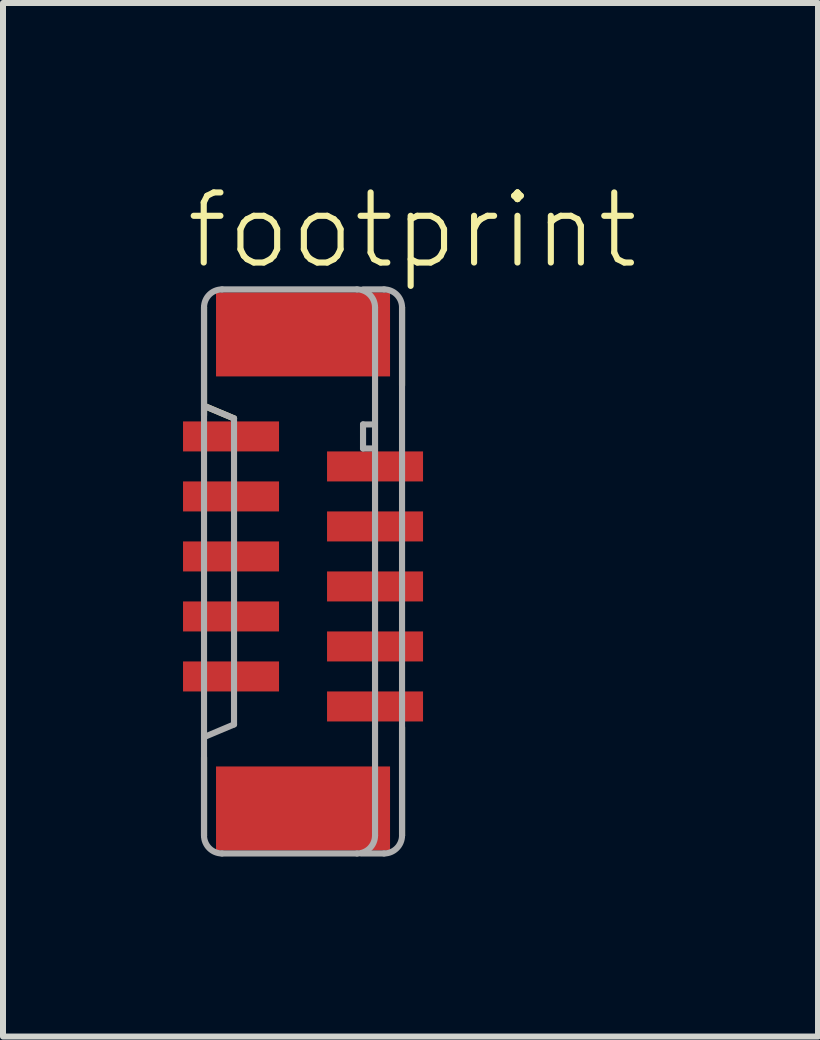
<source format=kicad_pcb>
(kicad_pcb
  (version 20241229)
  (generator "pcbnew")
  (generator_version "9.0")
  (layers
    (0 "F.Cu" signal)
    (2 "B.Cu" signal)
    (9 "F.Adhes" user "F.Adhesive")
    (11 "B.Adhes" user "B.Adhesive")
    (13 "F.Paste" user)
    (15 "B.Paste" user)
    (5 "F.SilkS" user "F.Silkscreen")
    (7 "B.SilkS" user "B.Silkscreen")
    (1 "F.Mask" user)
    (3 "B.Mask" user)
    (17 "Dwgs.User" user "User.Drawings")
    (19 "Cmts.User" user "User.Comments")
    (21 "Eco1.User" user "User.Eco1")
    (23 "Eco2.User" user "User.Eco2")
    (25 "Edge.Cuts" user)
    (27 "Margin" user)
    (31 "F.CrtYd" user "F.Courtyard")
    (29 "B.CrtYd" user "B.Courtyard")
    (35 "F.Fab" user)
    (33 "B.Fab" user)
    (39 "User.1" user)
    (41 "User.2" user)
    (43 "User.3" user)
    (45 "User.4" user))
  (footprint "footprint"
    (layer "F.Cu")
    (at 2 6.473)
    (property "Reference" "footprint" (at -2 -5 0) (layer "F.SilkS") (effects (font (size 1.168 1.168) (thickness 0.102)) (justify left bottom)))
    (fp_line (start -1.65 -4.4) (end -1.65 -2.6) (stroke (width 0.102) (type solid)) (layer "F.SilkS"))
    (fp_line (start -1.65 3.1) (end -1.65 4.4) (stroke (width 0.102) (type solid)) (layer "F.SilkS"))
    (fp_line (start -1.625 -2.75) (end -1.15 -2.55) (stroke (width 0.102) (type solid)) (layer "F.SilkS"))
    (fp_line (start 1.65 -3.1) (end 1.65 -4.4) (stroke (width 0.102) (type solid)) (layer "F.SilkS"))
    (fp_line (start 1.65 4.4) (end 1.65 2.6) (stroke (width 0.102) (type solid)) (layer "F.SilkS"))
    (fp_line (start -1.65 -4.4) (end -1.65 4.4) (stroke (width 0.102) (type solid)) (layer "F.Fab"))
    (fp_line (start -1.625 -2.75) (end -1.15 -2.55) (stroke (width 0.102) (type solid)) (layer "F.Fab"))
    (fp_line (start -1.35 4.7) (end 0.9 4.7) (stroke (width 0.102) (type solid)) (layer "F.Fab"))
    (fp_line (start -1.15 -2.55) (end -1.15 2.55) (stroke (width 0.102) (type solid)) (layer "F.Fab"))
    (fp_line (start -1.15 2.55) (end -1.625 2.75) (stroke (width 0.102) (type solid)) (layer "F.Fab"))
    (fp_line (start 0.9 -4.7) (end -1.35 -4.7) (stroke (width 0.102) (type solid)) (layer "F.Fab"))
    (fp_line (start 0.975 4.7) (end 1.35 4.7) (stroke (width 0.102) (type solid)) (layer "F.Fab"))
    (fp_line (start 1 -4.7) (end 1.35 -4.7) (stroke (width 0.102) (type solid)) (layer "F.Fab"))
    (fp_line (start 1 -2.45) (end 1 -2.05) (stroke (width 0.102) (type solid)) (layer "F.Fab"))
    (fp_line (start 1 -2.05) (end 1.15 -2.05) (stroke (width 0.102) (type solid)) (layer "F.Fab"))
    (fp_line (start 1.15 -2.45) (end 1 -2.45) (stroke (width 0.102) (type solid)) (layer "F.Fab"))
    (fp_line (start 1.2 4.4) (end 1.2 -4.4) (stroke (width 0.102) (type solid)) (layer "F.Fab"))
    (fp_line (start 1.65 4.4) (end 1.65 -4.4) (stroke (width 0.102) (type solid)) (layer "F.Fab"))
    (fp_arc (start -1.65 -4.4) (mid -1.562132 -4.612132) (end -1.35 -4.7) (stroke (width 0.1016) (type solid)) (layer "F.Fab"))
    (fp_arc (start -1.35 4.7) (mid -1.562132 4.612132) (end -1.65 4.4) (stroke (width 0.1016) (type solid)) (layer "F.Fab"))
    (fp_arc (start 0.9 -4.7) (mid 1.112132 -4.612132) (end 1.2 -4.4) (stroke (width 0.1016) (type solid)) (layer "F.Fab"))
    (fp_arc (start 1.2 4.4) (mid 1.112132 4.612132) (end 0.9 4.7) (stroke (width 0.1016) (type solid)) (layer "F.Fab"))
    (fp_arc (start 1.35 -4.7) (mid 1.562132 -4.612132) (end 1.65 -4.4) (stroke (width 0.1016) (type solid)) (layer "F.Fab"))
    (fp_arc (start 1.65 4.4) (mid 1.562132 4.612132) (end 1.35 4.7) (stroke (width 0.1016) (type solid)) (layer "F.Fab"))
    (pad "1" smd rect (at -1.2 -2.25 270) (size 0.5 1.6) (layers "F.Cu" "F.Mask" "F.Paste"))
    (pad "2" smd rect (at 1.2 -1.75 90) (size 0.5 1.6) (layers "F.Cu" "F.Mask" "F.Paste"))
    (pad "3" smd rect (at -1.2 -1.25 270) (size 0.5 1.6) (layers "F.Cu" "F.Mask" "F.Paste"))
    (pad "4" smd rect (at 1.2 -0.75 90) (size 0.5 1.6) (layers "F.Cu" "F.Mask" "F.Paste"))
    (pad "5" smd rect (at -1.2 -0.25 270) (size 0.5 1.6) (layers "F.Cu" "F.Mask" "F.Paste"))
    (pad "6" smd rect (at 1.2 0.25 90) (size 0.5 1.6) (layers "F.Cu" "F.Mask" "F.Paste"))
    (pad "7" smd rect (at -1.2 0.75 270) (size 0.5 1.6) (layers "F.Cu" "F.Mask" "F.Paste"))
    (pad "8" smd rect (at 1.2 1.25 90) (size 0.5 1.6) (layers "F.Cu" "F.Mask" "F.Paste"))
    (pad "9" smd rect (at -1.2 1.75 270) (size 0.5 1.6) (layers "F.Cu" "F.Mask" "F.Paste"))
    (pad "10" smd rect (at 1.2 2.25 90) (size 0.5 1.6) (layers "F.Cu" "F.Mask" "F.Paste"))
    (pad "M1" smd rect (at 0 -3.95 270) (size 1.4 2.9) (layers "F.Cu" "F.Mask" "F.Paste"))
    (pad "M2" smd rect (at 0 3.95 270) (size 1.4 2.9) (layers "F.Cu" "F.Mask" "F.Paste")))
  (gr_rect
    (start -3 -3)
    (end 10.582 14.224)
    (stroke (width 0.1) (type default))
    (fill no)
    (layer "Edge.Cuts")))
</source>
